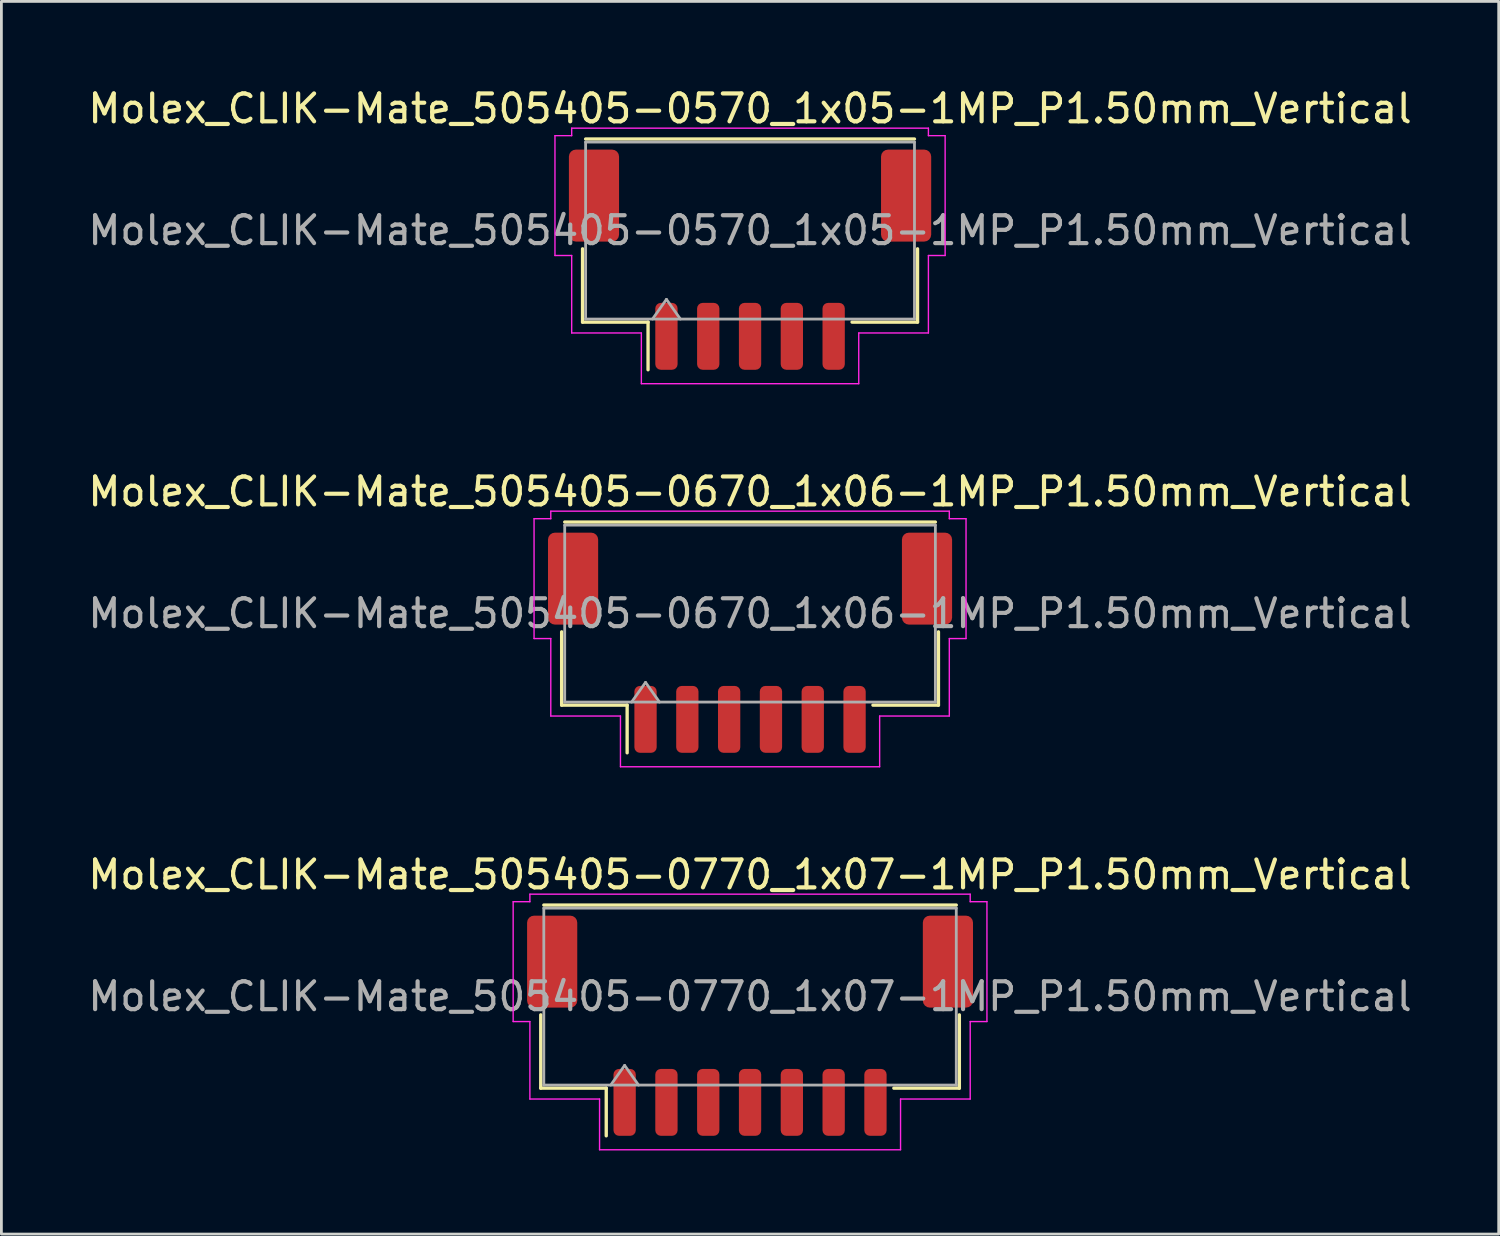
<source format=kicad_pcb>
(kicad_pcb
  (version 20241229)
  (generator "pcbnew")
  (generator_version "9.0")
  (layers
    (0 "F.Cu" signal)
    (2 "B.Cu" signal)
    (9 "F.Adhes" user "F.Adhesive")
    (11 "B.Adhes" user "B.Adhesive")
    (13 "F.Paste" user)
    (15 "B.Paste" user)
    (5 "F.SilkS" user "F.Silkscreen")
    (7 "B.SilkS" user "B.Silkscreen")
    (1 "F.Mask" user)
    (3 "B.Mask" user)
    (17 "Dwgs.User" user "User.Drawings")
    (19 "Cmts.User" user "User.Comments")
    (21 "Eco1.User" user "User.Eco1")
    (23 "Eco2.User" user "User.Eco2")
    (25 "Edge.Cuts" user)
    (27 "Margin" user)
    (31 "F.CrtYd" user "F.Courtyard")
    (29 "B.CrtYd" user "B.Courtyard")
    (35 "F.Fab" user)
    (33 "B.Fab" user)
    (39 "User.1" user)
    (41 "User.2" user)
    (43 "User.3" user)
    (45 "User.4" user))
  (footprint "Molex_CLIK-Mate_505405-0670_1x06-1MP_P1.50mm_Vertical"
    (layer "F.Cu")
    (at 23.863 20.012)
    (property "Reference" "Molex_CLIK-Mate_505405-0670_1x06-1MP_P1.50mm_Vertical" (at 0 -5.42 0) (layer "F.SilkS") (effects (font (size 1 1) (thickness 0.15))))
    (attr smd)
    (fp_line (start -6.76 -0.39) (end -6.76 2.24) (stroke (width 0.12) (type solid)) (layer "F.SilkS"))
    (fp_line (start -6.76 2.24) (end -4.41 2.24) (stroke (width 0.12) (type solid)) (layer "F.SilkS"))
    (fp_line (start -6.65 -4.33) (end 6.65 -4.33) (stroke (width 0.12) (type solid)) (layer "F.SilkS"))
    (fp_line (start -4.41 2.24) (end -4.41 3.95) (stroke (width 0.12) (type solid)) (layer "F.SilkS"))
    (fp_line (start 6.76 -0.39) (end 6.76 2.24) (stroke (width 0.12) (type solid)) (layer "F.SilkS"))
    (fp_line (start 6.76 2.24) (end 4.41 2.24) (stroke (width 0.12) (type solid)) (layer "F.SilkS"))
    (fp_line (start -7.75 -4.45) (end -7.15 -4.45) (stroke (width 0.05) (type solid)) (layer "F.CrtYd"))
    (fp_line (start -7.75 -0.15) (end -7.75 -4.45) (stroke (width 0.05) (type solid)) (layer "F.CrtYd"))
    (fp_line (start -7.15 -4.72) (end 7.15 -4.72) (stroke (width 0.05) (type solid)) (layer "F.CrtYd"))
    (fp_line (start -7.15 -4.45) (end -7.15 -4.72) (stroke (width 0.05) (type solid)) (layer "F.CrtYd"))
    (fp_line (start -7.15 -0.15) (end -7.75 -0.15) (stroke (width 0.05) (type solid)) (layer "F.CrtYd"))
    (fp_line (start -7.15 2.63) (end -7.15 -0.15) (stroke (width 0.05) (type solid)) (layer "F.CrtYd"))
    (fp_line (start -4.65 2.63) (end -7.15 2.63) (stroke (width 0.05) (type solid)) (layer "F.CrtYd"))
    (fp_line (start -4.65 4.45) (end -4.65 2.63) (stroke (width 0.05) (type solid)) (layer "F.CrtYd"))
    (fp_line (start 4.65 2.63) (end 4.65 4.45) (stroke (width 0.05) (type solid)) (layer "F.CrtYd"))
    (fp_line (start 4.65 4.45) (end -4.65 4.45) (stroke (width 0.05) (type solid)) (layer "F.CrtYd"))
    (fp_line (start 7.15 -4.72) (end 7.15 -4.45) (stroke (width 0.05) (type solid)) (layer "F.CrtYd"))
    (fp_line (start 7.15 -4.45) (end 7.75 -4.45) (stroke (width 0.05) (type solid)) (layer "F.CrtYd"))
    (fp_line (start 7.15 -0.15) (end 7.15 2.63) (stroke (width 0.05) (type solid)) (layer "F.CrtYd"))
    (fp_line (start 7.15 2.63) (end 4.65 2.63) (stroke (width 0.05) (type solid)) (layer "F.CrtYd"))
    (fp_line (start 7.75 -4.45) (end 7.75 -0.15) (stroke (width 0.05) (type solid)) (layer "F.CrtYd"))
    (fp_line (start 7.75 -0.15) (end 7.15 -0.15) (stroke (width 0.05) (type solid)) (layer "F.CrtYd"))
    (fp_line (start -6.65 -4.22) (end 6.65 -4.22) (stroke (width 0.1) (type solid)) (layer "F.Fab"))
    (fp_line (start -6.65 2.13) (end -6.65 -4.22) (stroke (width 0.1) (type solid)) (layer "F.Fab"))
    (fp_line (start -6.65 2.13) (end 6.65 2.13) (stroke (width 0.1) (type solid)) (layer "F.Fab"))
    (fp_line (start -4.25 2.13) (end -3.75 1.423) (stroke (width 0.1) (type solid)) (layer "F.Fab"))
    (fp_line (start -3.75 1.423) (end -3.25 2.13) (stroke (width 0.1) (type solid)) (layer "F.Fab"))
    (fp_line (start 6.65 2.13) (end 6.65 -4.22) (stroke (width 0.1) (type solid)) (layer "F.Fab"))
    (fp_text user "${REFERENCE}" (at 0 -1.05 0) (layer "F.Fab") (effects (font (size 1 1) (thickness 0.15))))
    (pad "1" smd roundrect (at -3.75 2.75) (size 0.8 2.4) (layers "F.Cu" "F.Mask" "F.Paste") (roundrect_rratio 0.25))
    (pad "2" smd roundrect (at -2.25 2.75) (size 0.8 2.4) (layers "F.Cu" "F.Mask" "F.Paste") (roundrect_rratio 0.25))
    (pad "3" smd roundrect (at -0.75 2.75) (size 0.8 2.4) (layers "F.Cu" "F.Mask" "F.Paste") (roundrect_rratio 0.25))
    (pad "4" smd roundrect (at 0.75 2.75) (size 0.8 2.4) (layers "F.Cu" "F.Mask" "F.Paste") (roundrect_rratio 0.25))
    (pad "5" smd roundrect (at 2.25 2.75) (size 0.8 2.4) (layers "F.Cu" "F.Mask" "F.Paste") (roundrect_rratio 0.25))
    (pad "6" smd roundrect (at 3.75 2.75) (size 0.8 2.4) (layers "F.Cu" "F.Mask" "F.Paste") (roundrect_rratio 0.25))
    (pad "MP" smd roundrect (at -6.35 -2.3) (size 1.8 3.3) (layers "F.Cu" "F.Mask" "F.Paste") (roundrect_rratio 0.139))
    (pad "MP" smd roundrect (at 6.35 -2.3) (size 1.8 3.3) (layers "F.Cu" "F.Mask" "F.Paste") (roundrect_rratio 0.139)))
  (footprint "Molex_CLIK-Mate_505405-0770_1x07-1MP_P1.50mm_Vertical"
    (layer "F.Cu")
    (at 23.863 33.755)
    (property "Reference" "Molex_CLIK-Mate_505405-0770_1x07-1MP_P1.50mm_Vertical" (at 0 -5.42 0) (layer "F.SilkS") (effects (font (size 1 1) (thickness 0.15))))
    (attr smd)
    (fp_line (start -7.51 -0.39) (end -7.51 2.24) (stroke (width 0.12) (type solid)) (layer "F.SilkS"))
    (fp_line (start -7.51 2.24) (end -5.16 2.24) (stroke (width 0.12) (type solid)) (layer "F.SilkS"))
    (fp_line (start -7.4 -4.33) (end 7.4 -4.33) (stroke (width 0.12) (type solid)) (layer "F.SilkS"))
    (fp_line (start -5.16 2.24) (end -5.16 3.95) (stroke (width 0.12) (type solid)) (layer "F.SilkS"))
    (fp_line (start 7.51 -0.39) (end 7.51 2.24) (stroke (width 0.12) (type solid)) (layer "F.SilkS"))
    (fp_line (start 7.51 2.24) (end 5.16 2.24) (stroke (width 0.12) (type solid)) (layer "F.SilkS"))
    (fp_line (start -8.5 -4.45) (end -7.9 -4.45) (stroke (width 0.05) (type solid)) (layer "F.CrtYd"))
    (fp_line (start -8.5 -0.15) (end -8.5 -4.45) (stroke (width 0.05) (type solid)) (layer "F.CrtYd"))
    (fp_line (start -7.9 -4.72) (end 7.9 -4.72) (stroke (width 0.05) (type solid)) (layer "F.CrtYd"))
    (fp_line (start -7.9 -4.45) (end -7.9 -4.72) (stroke (width 0.05) (type solid)) (layer "F.CrtYd"))
    (fp_line (start -7.9 -0.15) (end -8.5 -0.15) (stroke (width 0.05) (type solid)) (layer "F.CrtYd"))
    (fp_line (start -7.9 2.63) (end -7.9 -0.15) (stroke (width 0.05) (type solid)) (layer "F.CrtYd"))
    (fp_line (start -5.4 2.63) (end -7.9 2.63) (stroke (width 0.05) (type solid)) (layer "F.CrtYd"))
    (fp_line (start -5.4 4.45) (end -5.4 2.63) (stroke (width 0.05) (type solid)) (layer "F.CrtYd"))
    (fp_line (start 5.4 2.63) (end 5.4 4.45) (stroke (width 0.05) (type solid)) (layer "F.CrtYd"))
    (fp_line (start 5.4 4.45) (end -5.4 4.45) (stroke (width 0.05) (type solid)) (layer "F.CrtYd"))
    (fp_line (start 7.9 -4.72) (end 7.9 -4.45) (stroke (width 0.05) (type solid)) (layer "F.CrtYd"))
    (fp_line (start 7.9 -4.45) (end 8.5 -4.45) (stroke (width 0.05) (type solid)) (layer "F.CrtYd"))
    (fp_line (start 7.9 -0.15) (end 7.9 2.63) (stroke (width 0.05) (type solid)) (layer "F.CrtYd"))
    (fp_line (start 7.9 2.63) (end 5.4 2.63) (stroke (width 0.05) (type solid)) (layer "F.CrtYd"))
    (fp_line (start 8.5 -4.45) (end 8.5 -0.15) (stroke (width 0.05) (type solid)) (layer "F.CrtYd"))
    (fp_line (start 8.5 -0.15) (end 7.9 -0.15) (stroke (width 0.05) (type solid)) (layer "F.CrtYd"))
    (fp_line (start -7.4 -4.22) (end 7.4 -4.22) (stroke (width 0.1) (type solid)) (layer "F.Fab"))
    (fp_line (start -7.4 2.13) (end -7.4 -4.22) (stroke (width 0.1) (type solid)) (layer "F.Fab"))
    (fp_line (start -7.4 2.13) (end 7.4 2.13) (stroke (width 0.1) (type solid)) (layer "F.Fab"))
    (fp_line (start -5 2.13) (end -4.5 1.423) (stroke (width 0.1) (type solid)) (layer "F.Fab"))
    (fp_line (start -4.5 1.423) (end -4 2.13) (stroke (width 0.1) (type solid)) (layer "F.Fab"))
    (fp_line (start 7.4 2.13) (end 7.4 -4.22) (stroke (width 0.1) (type solid)) (layer "F.Fab"))
    (fp_text user "${REFERENCE}" (at 0 -1.05 0) (layer "F.Fab") (effects (font (size 1 1) (thickness 0.15))))
    (pad "1" smd roundrect (at -4.5 2.75) (size 0.8 2.4) (layers "F.Cu" "F.Mask" "F.Paste") (roundrect_rratio 0.25))
    (pad "2" smd roundrect (at -3 2.75) (size 0.8 2.4) (layers "F.Cu" "F.Mask" "F.Paste") (roundrect_rratio 0.25))
    (pad "3" smd roundrect (at -1.5 2.75) (size 0.8 2.4) (layers "F.Cu" "F.Mask" "F.Paste") (roundrect_rratio 0.25))
    (pad "4" smd roundrect (at 0 2.75) (size 0.8 2.4) (layers "F.Cu" "F.Mask" "F.Paste") (roundrect_rratio 0.25))
    (pad "5" smd roundrect (at 1.5 2.75) (size 0.8 2.4) (layers "F.Cu" "F.Mask" "F.Paste") (roundrect_rratio 0.25))
    (pad "6" smd roundrect (at 3 2.75) (size 0.8 2.4) (layers "F.Cu" "F.Mask" "F.Paste") (roundrect_rratio 0.25))
    (pad "7" smd roundrect (at 4.5 2.75) (size 0.8 2.4) (layers "F.Cu" "F.Mask" "F.Paste") (roundrect_rratio 0.25))
    (pad "MP" smd roundrect (at -7.1 -2.3) (size 1.8 3.3) (layers "F.Cu" "F.Mask" "F.Paste") (roundrect_rratio 0.139))
    (pad "MP" smd roundrect (at 7.1 -2.3) (size 1.8 3.3) (layers "F.Cu" "F.Mask" "F.Paste") (roundrect_rratio 0.139)))
  (footprint "Molex_CLIK-Mate_505405-0570_1x05-1MP_P1.50mm_Vertical"
    (layer "F.Cu")
    (at 23.863 6.268)
    (property "Reference" "Molex_CLIK-Mate_505405-0570_1x05-1MP_P1.50mm_Vertical" (at 0 -5.42 0) (layer "F.SilkS") (effects (font (size 1 1) (thickness 0.15))))
    (attr smd)
    (fp_line (start -6.01 -0.39) (end -6.01 2.24) (stroke (width 0.12) (type solid)) (layer "F.SilkS"))
    (fp_line (start -6.01 2.24) (end -3.66 2.24) (stroke (width 0.12) (type solid)) (layer "F.SilkS"))
    (fp_line (start -5.9 -4.33) (end 5.9 -4.33) (stroke (width 0.12) (type solid)) (layer "F.SilkS"))
    (fp_line (start -3.66 2.24) (end -3.66 3.95) (stroke (width 0.12) (type solid)) (layer "F.SilkS"))
    (fp_line (start 6.01 -0.39) (end 6.01 2.24) (stroke (width 0.12) (type solid)) (layer "F.SilkS"))
    (fp_line (start 6.01 2.24) (end 3.66 2.24) (stroke (width 0.12) (type solid)) (layer "F.SilkS"))
    (fp_line (start -7 -4.45) (end -6.4 -4.45) (stroke (width 0.05) (type solid)) (layer "F.CrtYd"))
    (fp_line (start -7 -0.15) (end -7 -4.45) (stroke (width 0.05) (type solid)) (layer "F.CrtYd"))
    (fp_line (start -6.4 -4.72) (end 6.4 -4.72) (stroke (width 0.05) (type solid)) (layer "F.CrtYd"))
    (fp_line (start -6.4 -4.45) (end -6.4 -4.72) (stroke (width 0.05) (type solid)) (layer "F.CrtYd"))
    (fp_line (start -6.4 -0.15) (end -7 -0.15) (stroke (width 0.05) (type solid)) (layer "F.CrtYd"))
    (fp_line (start -6.4 2.63) (end -6.4 -0.15) (stroke (width 0.05) (type solid)) (layer "F.CrtYd"))
    (fp_line (start -3.9 2.63) (end -6.4 2.63) (stroke (width 0.05) (type solid)) (layer "F.CrtYd"))
    (fp_line (start -3.9 4.45) (end -3.9 2.63) (stroke (width 0.05) (type solid)) (layer "F.CrtYd"))
    (fp_line (start 3.9 2.63) (end 3.9 4.45) (stroke (width 0.05) (type solid)) (layer "F.CrtYd"))
    (fp_line (start 3.9 4.45) (end -3.9 4.45) (stroke (width 0.05) (type solid)) (layer "F.CrtYd"))
    (fp_line (start 6.4 -4.72) (end 6.4 -4.45) (stroke (width 0.05) (type solid)) (layer "F.CrtYd"))
    (fp_line (start 6.4 -4.45) (end 7 -4.45) (stroke (width 0.05) (type solid)) (layer "F.CrtYd"))
    (fp_line (start 6.4 -0.15) (end 6.4 2.63) (stroke (width 0.05) (type solid)) (layer "F.CrtYd"))
    (fp_line (start 6.4 2.63) (end 3.9 2.63) (stroke (width 0.05) (type solid)) (layer "F.CrtYd"))
    (fp_line (start 7 -4.45) (end 7 -0.15) (stroke (width 0.05) (type solid)) (layer "F.CrtYd"))
    (fp_line (start 7 -0.15) (end 6.4 -0.15) (stroke (width 0.05) (type solid)) (layer "F.CrtYd"))
    (fp_line (start -5.9 -4.22) (end 5.9 -4.22) (stroke (width 0.1) (type solid)) (layer "F.Fab"))
    (fp_line (start -5.9 2.13) (end -5.9 -4.22) (stroke (width 0.1) (type solid)) (layer "F.Fab"))
    (fp_line (start -5.9 2.13) (end 5.9 2.13) (stroke (width 0.1) (type solid)) (layer "F.Fab"))
    (fp_line (start -3.5 2.13) (end -3 1.423) (stroke (width 0.1) (type solid)) (layer "F.Fab"))
    (fp_line (start -3 1.423) (end -2.5 2.13) (stroke (width 0.1) (type solid)) (layer "F.Fab"))
    (fp_line (start 5.9 2.13) (end 5.9 -4.22) (stroke (width 0.1) (type solid)) (layer "F.Fab"))
    (fp_text user "${REFERENCE}" (at 0 -1.05 0) (layer "F.Fab") (effects (font (size 1 1) (thickness 0.15))))
    (pad "1" smd roundrect (at -3 2.75) (size 0.8 2.4) (layers "F.Cu" "F.Mask" "F.Paste") (roundrect_rratio 0.25))
    (pad "2" smd roundrect (at -1.5 2.75) (size 0.8 2.4) (layers "F.Cu" "F.Mask" "F.Paste") (roundrect_rratio 0.25))
    (pad "3" smd roundrect (at 0 2.75) (size 0.8 2.4) (layers "F.Cu" "F.Mask" "F.Paste") (roundrect_rratio 0.25))
    (pad "4" smd roundrect (at 1.5 2.75) (size 0.8 2.4) (layers "F.Cu" "F.Mask" "F.Paste") (roundrect_rratio 0.25))
    (pad "5" smd roundrect (at 3 2.75) (size 0.8 2.4) (layers "F.Cu" "F.Mask" "F.Paste") (roundrect_rratio 0.25))
    (pad "MP" smd roundrect (at -5.6 -2.3) (size 1.8 3.3) (layers "F.Cu" "F.Mask" "F.Paste") (roundrect_rratio 0.139))
    (pad "MP" smd roundrect (at 5.6 -2.3) (size 1.8 3.3) (layers "F.Cu" "F.Mask" "F.Paste") (roundrect_rratio 0.139)))
  (gr_rect
    (start -3 -3)
    (end 50.726 41.23)
    (stroke (width 0.1) (type default))
    (fill no)
    (layer "Edge.Cuts")))
</source>
